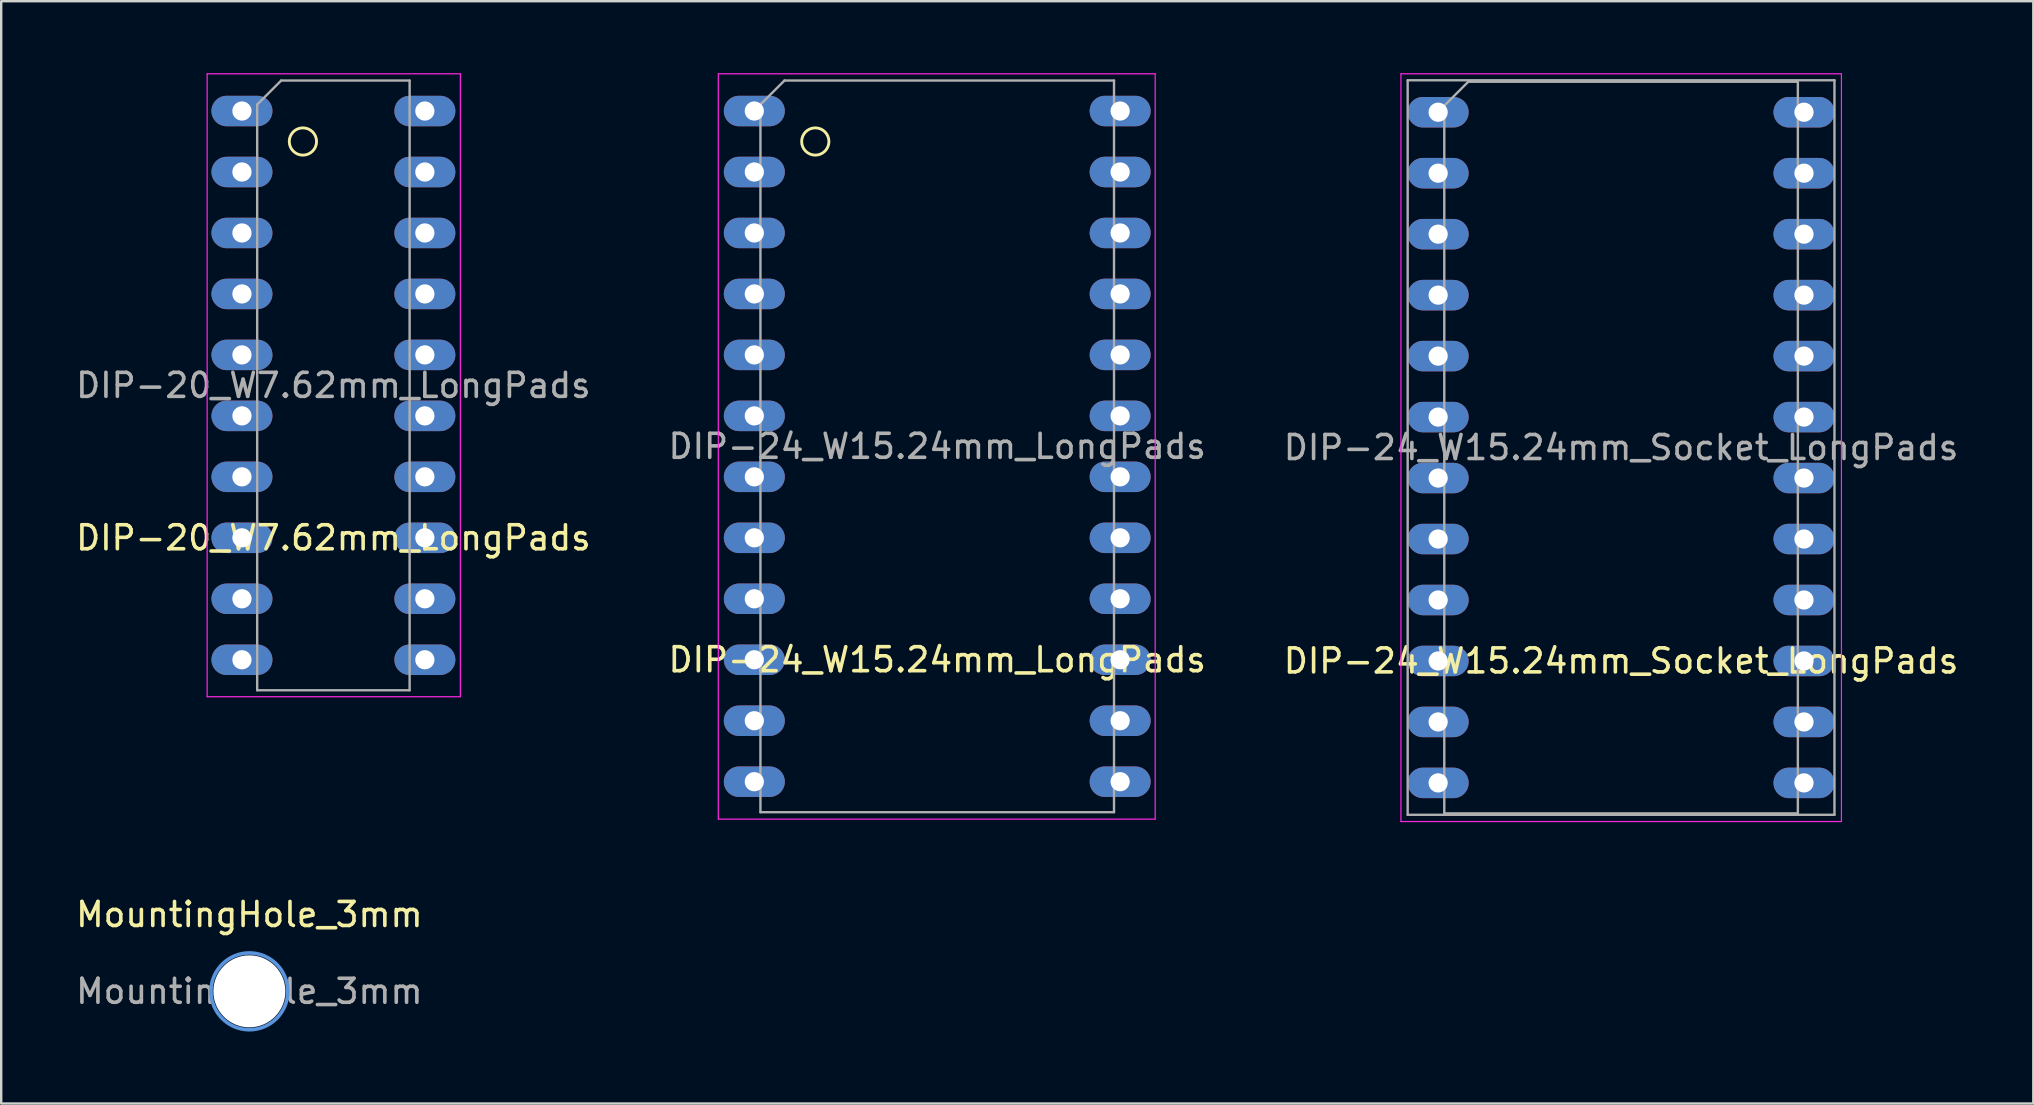
<source format=kicad_pcb>
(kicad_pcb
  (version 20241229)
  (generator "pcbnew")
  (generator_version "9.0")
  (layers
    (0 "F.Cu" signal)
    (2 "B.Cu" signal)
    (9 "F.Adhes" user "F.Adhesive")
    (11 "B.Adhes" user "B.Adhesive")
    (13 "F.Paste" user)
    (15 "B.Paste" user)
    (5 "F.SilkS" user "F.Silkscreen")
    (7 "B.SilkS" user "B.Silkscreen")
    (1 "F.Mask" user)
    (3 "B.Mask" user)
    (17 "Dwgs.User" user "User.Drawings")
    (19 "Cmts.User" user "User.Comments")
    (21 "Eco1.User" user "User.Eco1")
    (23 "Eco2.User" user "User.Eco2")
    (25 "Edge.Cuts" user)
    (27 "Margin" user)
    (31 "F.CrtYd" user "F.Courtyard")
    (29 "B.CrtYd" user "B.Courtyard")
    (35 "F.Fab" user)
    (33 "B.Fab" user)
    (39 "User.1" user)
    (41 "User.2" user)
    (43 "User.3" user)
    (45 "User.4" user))
  (footprint "DIP-20_W7.62mm_LongPads"
    (layer "F.Cu")
    (at 7.029 1.575)
    (property "Reference" "DIP-20_W7.62mm_LongPads" (at 3.81 17.78 0) (layer "F.SilkS") (effects (font (size 1 1) (thickness 0.15))))
    (attr through_hole)
    (fp_circle (center 2.54 1.27) (end 3.048 1.524) (stroke (width 0.12) (type solid)) (fill no) (layer "F.SilkS"))
    (fp_line (start -1.45 -1.55) (end -1.45 24.4) (stroke (width 0.05) (type solid)) (layer "F.CrtYd"))
    (fp_line (start -1.45 24.4) (end 9.1 24.4) (stroke (width 0.05) (type solid)) (layer "F.CrtYd"))
    (fp_line (start 9.1 -1.55) (end -1.45 -1.55) (stroke (width 0.05) (type solid)) (layer "F.CrtYd"))
    (fp_line (start 9.1 24.4) (end 9.1 -1.55) (stroke (width 0.05) (type solid)) (layer "F.CrtYd"))
    (fp_line (start 0.635 -0.27) (end 1.635 -1.27) (stroke (width 0.1) (type solid)) (layer "F.Fab"))
    (fp_line (start 0.635 24.13) (end 0.635 -0.27) (stroke (width 0.1) (type solid)) (layer "F.Fab"))
    (fp_line (start 1.635 -1.27) (end 6.985 -1.27) (stroke (width 0.1) (type solid)) (layer "F.Fab"))
    (fp_line (start 6.985 -1.27) (end 6.985 24.13) (stroke (width 0.1) (type solid)) (layer "F.Fab"))
    (fp_line (start 6.985 24.13) (end 0.635 24.13) (stroke (width 0.1) (type solid)) (layer "F.Fab"))
    (fp_text user "${REFERENCE}" (at 3.81 11.43 0) (layer "F.Fab") (effects (font (size 1 1) (thickness 0.15))))
    (pad "1" thru_hole oval (at 0 0) (size 2.54 1.27) (drill 0.8) (layers "*.Cu" "*.Mask"))
    (pad "2" thru_hole oval (at 0 2.54) (size 2.54 1.27) (drill 0.8) (layers "*.Cu" "*.Mask"))
    (pad "3" thru_hole oval (at 0 5.08) (size 2.54 1.27) (drill 0.8) (layers "*.Cu" "*.Mask"))
    (pad "4" thru_hole oval (at 0 7.62) (size 2.54 1.27) (drill 0.8) (layers "*.Cu" "*.Mask"))
    (pad "5" thru_hole oval (at 0 10.16) (size 2.54 1.27) (drill 0.8) (layers "*.Cu" "*.Mask"))
    (pad "6" thru_hole oval (at 0 12.7) (size 2.54 1.27) (drill 0.8) (layers "*.Cu" "*.Mask"))
    (pad "7" thru_hole oval (at 0 15.24) (size 2.54 1.27) (drill 0.8) (layers "*.Cu" "*.Mask"))
    (pad "8" thru_hole oval (at 0 17.78) (size 2.54 1.27) (drill 0.8) (layers "*.Cu" "*.Mask"))
    (pad "9" thru_hole oval (at 0 20.32) (size 2.54 1.27) (drill 0.8) (layers "*.Cu" "*.Mask"))
    (pad "10" thru_hole oval (at 0 22.86) (size 2.54 1.27) (drill 0.8) (layers "*.Cu" "*.Mask"))
    (pad "11" thru_hole oval (at 7.62 22.86) (size 2.54 1.27) (drill 0.8) (layers "*.Cu" "*.Mask"))
    (pad "12" thru_hole oval (at 7.62 20.32) (size 2.54 1.27) (drill 0.8) (layers "*.Cu" "*.Mask"))
    (pad "13" thru_hole oval (at 7.62 17.78) (size 2.54 1.27) (drill 0.8) (layers "*.Cu" "*.Mask"))
    (pad "14" thru_hole oval (at 7.62 15.24) (size 2.54 1.27) (drill 0.8) (layers "*.Cu" "*.Mask"))
    (pad "15" thru_hole oval (at 7.62 12.7) (size 2.54 1.27) (drill 0.8) (layers "*.Cu" "*.Mask"))
    (pad "16" thru_hole oval (at 7.62 10.16) (size 2.54 1.27) (drill 0.8) (layers "*.Cu" "*.Mask"))
    (pad "17" thru_hole oval (at 7.62 7.62) (size 2.54 1.27) (drill 0.8) (layers "*.Cu" "*.Mask"))
    (pad "18" thru_hole oval (at 7.62 5.08) (size 2.54 1.27) (drill 0.8) (layers "*.Cu" "*.Mask"))
    (pad "19" thru_hole oval (at 7.62 2.54) (size 2.54 1.27) (drill 0.8) (layers "*.Cu" "*.Mask"))
    (pad "20" thru_hole oval (at 7.62 0) (size 2.54 1.27) (drill 0.8) (layers "*.Cu" "*.Mask")))
  (footprint "MountingHole_3mm"
    (layer "F.Cu")
    (at 7.339 38.248)
    (property "Reference" "MountingHole_3mm" (at 0 -3.2 0) (layer "F.SilkS") (effects (font (size 1 1) (thickness 0.15))))
    (attr board_only exclude_from_pos_files exclude_from_bom)
    (fp_circle (center 0 0) (end 1.6 0) (stroke (width 0.15) (type solid)) (fill no) (layer "Cmts.User"))
    (fp_circle (center 0 0) (end 1.6 0) (stroke (width 0.05) (type default)) (fill no) (layer "F.CrtYd"))
    (fp_text user "${REFERENCE}" (at 0 0 0) (layer "F.Fab") (effects (font (size 1 1) (thickness 0.15))))
    (pad "" np_thru_hole circle (at 0 0) (size 3 3) (drill 3) (layers "*.Cu" "*.Mask")))
  (footprint "DIP-24_W15.24mm_Socket_LongPads"
    (layer "F.Cu")
    (at 56.862 1.625)
    (property "Reference" "DIP-24_W15.24mm_Socket_LongPads" (at 7.62 22.86 0) (layer "F.SilkS") (effects (font (size 1 1) (thickness 0.15))))
    (attr through_hole)
    (fp_line (start -1.55 -1.6) (end -1.55 29.55) (stroke (width 0.05) (type solid)) (layer "F.CrtYd"))
    (fp_line (start -1.55 29.55) (end 16.8 29.55) (stroke (width 0.05) (type solid)) (layer "F.CrtYd"))
    (fp_line (start 16.8 -1.6) (end -1.55 -1.6) (stroke (width 0.05) (type solid)) (layer "F.CrtYd"))
    (fp_line (start 16.8 29.55) (end 16.8 -1.6) (stroke (width 0.05) (type solid)) (layer "F.CrtYd"))
    (fp_line (start -1.27 -1.33) (end -1.27 29.27) (stroke (width 0.1) (type solid)) (layer "F.Fab"))
    (fp_line (start -1.27 29.27) (end 16.51 29.27) (stroke (width 0.1) (type solid)) (layer "F.Fab"))
    (fp_line (start 0.255 -0.27) (end 1.255 -1.27) (stroke (width 0.1) (type solid)) (layer "F.Fab"))
    (fp_line (start 0.255 29.21) (end 0.255 -0.27) (stroke (width 0.1) (type solid)) (layer "F.Fab"))
    (fp_line (start 1.255 -1.27) (end 14.985 -1.27) (stroke (width 0.1) (type solid)) (layer "F.Fab"))
    (fp_line (start 14.985 -1.27) (end 14.985 29.21) (stroke (width 0.1) (type solid)) (layer "F.Fab"))
    (fp_line (start 14.985 29.21) (end 0.255 29.21) (stroke (width 0.1) (type solid)) (layer "F.Fab"))
    (fp_line (start 16.51 -1.33) (end -1.27 -1.33) (stroke (width 0.1) (type solid)) (layer "F.Fab"))
    (fp_line (start 16.51 29.27) (end 16.51 -1.33) (stroke (width 0.1) (type solid)) (layer "F.Fab"))
    (fp_text user "${REFERENCE}" (at 7.62 13.97 0) (layer "F.Fab") (effects (font (size 1 1) (thickness 0.15))))
    (pad "1" thru_hole oval (at 0 0) (size 2.54 1.27) (drill 0.8) (layers "*.Cu" "*.Mask"))
    (pad "2" thru_hole oval (at 0 2.54) (size 2.54 1.27) (drill 0.8) (layers "*.Cu" "*.Mask"))
    (pad "3" thru_hole oval (at 0 5.08) (size 2.54 1.27) (drill 0.8) (layers "*.Cu" "*.Mask"))
    (pad "4" thru_hole oval (at 0 7.62) (size 2.54 1.27) (drill 0.8) (layers "*.Cu" "*.Mask"))
    (pad "5" thru_hole oval (at 0 10.16) (size 2.54 1.27) (drill 0.8) (layers "*.Cu" "*.Mask"))
    (pad "6" thru_hole oval (at 0 12.7) (size 2.54 1.27) (drill 0.8) (layers "*.Cu" "*.Mask"))
    (pad "7" thru_hole oval (at 0 15.24) (size 2.54 1.27) (drill 0.8) (layers "*.Cu" "*.Mask"))
    (pad "8" thru_hole oval (at 0 17.78) (size 2.54 1.27) (drill 0.8) (layers "*.Cu" "*.Mask"))
    (pad "9" thru_hole oval (at 0 20.32) (size 2.54 1.27) (drill 0.8) (layers "*.Cu" "*.Mask"))
    (pad "10" thru_hole oval (at 0 22.86) (size 2.54 1.27) (drill 0.8) (layers "*.Cu" "*.Mask"))
    (pad "11" thru_hole oval (at 0 25.4) (size 2.54 1.27) (drill 0.8) (layers "*.Cu" "*.Mask"))
    (pad "12" thru_hole oval (at 0 27.94) (size 2.54 1.27) (drill 0.8) (layers "*.Cu" "*.Mask"))
    (pad "13" thru_hole oval (at 15.24 27.94) (size 2.54 1.27) (drill 0.8) (layers "*.Cu" "*.Mask"))
    (pad "14" thru_hole oval (at 15.24 25.4) (size 2.54 1.27) (drill 0.8) (layers "*.Cu" "*.Mask"))
    (pad "15" thru_hole oval (at 15.24 22.86) (size 2.54 1.27) (drill 0.8) (layers "*.Cu" "*.Mask"))
    (pad "16" thru_hole oval (at 15.24 20.32) (size 2.54 1.27) (drill 0.8) (layers "*.Cu" "*.Mask"))
    (pad "17" thru_hole oval (at 15.24 17.78) (size 2.54 1.27) (drill 0.8) (layers "*.Cu" "*.Mask"))
    (pad "18" thru_hole oval (at 15.24 15.24) (size 2.54 1.27) (drill 0.8) (layers "*.Cu" "*.Mask"))
    (pad "19" thru_hole oval (at 15.24 12.7) (size 2.54 1.27) (drill 0.8) (layers "*.Cu" "*.Mask"))
    (pad "20" thru_hole oval (at 15.24 10.16) (size 2.54 1.27) (drill 0.8) (layers "*.Cu" "*.Mask"))
    (pad "21" thru_hole oval (at 15.24 7.62) (size 2.54 1.27) (drill 0.8) (layers "*.Cu" "*.Mask"))
    (pad "22" thru_hole oval (at 15.24 5.08) (size 2.54 1.27) (drill 0.8) (layers "*.Cu" "*.Mask"))
    (pad "23" thru_hole oval (at 15.24 2.54) (size 2.54 1.27) (drill 0.8) (layers "*.Cu" "*.Mask"))
    (pad "24" thru_hole oval (at 15.24 0) (size 2.54 1.27) (drill 0.8) (layers "*.Cu" "*.Mask")))
  (footprint "DIP-24_W15.24mm_LongPads"
    (layer "F.Cu")
    (at 28.374 1.575)
    (property "Reference" "DIP-24_W15.24mm_LongPads" (at 7.62 22.86 0) (layer "F.SilkS") (effects (font (size 1 1) (thickness 0.15))))
    (attr through_hole)
    (fp_circle (center 2.54 1.27) (end 3.048 1.524) (stroke (width 0.12) (type solid)) (fill no) (layer "F.SilkS"))
    (fp_line (start -1.5 -1.55) (end -1.5 29.5) (stroke (width 0.05) (type solid)) (layer "F.CrtYd"))
    (fp_line (start -1.5 29.5) (end 16.7 29.5) (stroke (width 0.05) (type solid)) (layer "F.CrtYd"))
    (fp_line (start 16.7 -1.55) (end -1.5 -1.55) (stroke (width 0.05) (type solid)) (layer "F.CrtYd"))
    (fp_line (start 16.7 29.5) (end 16.7 -1.55) (stroke (width 0.05) (type solid)) (layer "F.CrtYd"))
    (fp_line (start 0.255 -0.27) (end 1.255 -1.27) (stroke (width 0.1) (type solid)) (layer "F.Fab"))
    (fp_line (start 0.255 29.21) (end 0.255 -0.27) (stroke (width 0.1) (type solid)) (layer "F.Fab"))
    (fp_line (start 1.255 -1.27) (end 14.985 -1.27) (stroke (width 0.1) (type solid)) (layer "F.Fab"))
    (fp_line (start 14.985 -1.27) (end 14.985 29.21) (stroke (width 0.1) (type solid)) (layer "F.Fab"))
    (fp_line (start 14.985 29.21) (end 0.255 29.21) (stroke (width 0.1) (type solid)) (layer "F.Fab"))
    (fp_text user "${REFERENCE}" (at 7.62 13.97 0) (layer "F.Fab") (effects (font (size 1 1) (thickness 0.15))))
    (pad "1" thru_hole oval (at 0 0) (size 2.54 1.27) (drill 0.8) (layers "*.Cu" "*.Mask"))
    (pad "2" thru_hole oval (at 0 2.54) (size 2.54 1.27) (drill 0.8) (layers "*.Cu" "*.Mask"))
    (pad "3" thru_hole oval (at 0 5.08) (size 2.54 1.27) (drill 0.8) (layers "*.Cu" "*.Mask"))
    (pad "4" thru_hole oval (at 0 7.62) (size 2.54 1.27) (drill 0.8) (layers "*.Cu" "*.Mask"))
    (pad "5" thru_hole oval (at 0 10.16) (size 2.54 1.27) (drill 0.8) (layers "*.Cu" "*.Mask"))
    (pad "6" thru_hole oval (at 0 12.7) (size 2.54 1.27) (drill 0.8) (layers "*.Cu" "*.Mask"))
    (pad "7" thru_hole oval (at 0 15.24) (size 2.54 1.27) (drill 0.8) (layers "*.Cu" "*.Mask"))
    (pad "8" thru_hole oval (at 0 17.78) (size 2.54 1.27) (drill 0.8) (layers "*.Cu" "*.Mask"))
    (pad "9" thru_hole oval (at 0 20.32) (size 2.54 1.27) (drill 0.8) (layers "*.Cu" "*.Mask"))
    (pad "10" thru_hole oval (at 0 22.86) (size 2.54 1.27) (drill 0.8) (layers "*.Cu" "*.Mask"))
    (pad "11" thru_hole oval (at 0 25.4) (size 2.54 1.27) (drill 0.8) (layers "*.Cu" "*.Mask"))
    (pad "12" thru_hole oval (at 0 27.94) (size 2.54 1.27) (drill 0.8) (layers "*.Cu" "*.Mask"))
    (pad "13" thru_hole oval (at 15.24 27.94) (size 2.54 1.27) (drill 0.8) (layers "*.Cu" "*.Mask"))
    (pad "14" thru_hole oval (at 15.24 25.4) (size 2.54 1.27) (drill 0.8) (layers "*.Cu" "*.Mask"))
    (pad "15" thru_hole oval (at 15.24 22.86) (size 2.54 1.27) (drill 0.8) (layers "*.Cu" "*.Mask"))
    (pad "16" thru_hole oval (at 15.24 20.32) (size 2.54 1.27) (drill 0.8) (layers "*.Cu" "*.Mask"))
    (pad "17" thru_hole oval (at 15.24 17.78) (size 2.54 1.27) (drill 0.8) (layers "*.Cu" "*.Mask"))
    (pad "18" thru_hole oval (at 15.24 15.24) (size 2.54 1.27) (drill 0.8) (layers "*.Cu" "*.Mask"))
    (pad "19" thru_hole oval (at 15.24 12.7) (size 2.54 1.27) (drill 0.8) (layers "*.Cu" "*.Mask"))
    (pad "20" thru_hole oval (at 15.24 10.16) (size 2.54 1.27) (drill 0.8) (layers "*.Cu" "*.Mask"))
    (pad "21" thru_hole oval (at 15.24 7.62) (size 2.54 1.27) (drill 0.8) (layers "*.Cu" "*.Mask"))
    (pad "22" thru_hole oval (at 15.24 5.08) (size 2.54 1.27) (drill 0.8) (layers "*.Cu" "*.Mask"))
    (pad "23" thru_hole oval (at 15.24 2.54) (size 2.54 1.27) (drill 0.8) (layers "*.Cu" "*.Mask"))
    (pad "24" thru_hole oval (at 15.24 0) (size 2.54 1.27) (drill 0.8) (layers "*.Cu" "*.Mask")))
  (gr_rect
    (start -3 -3)
    (end 81.655 42.923)
    (stroke (width 0.1) (type default))
    (fill no)
    (layer "Edge.Cuts")))
</source>
